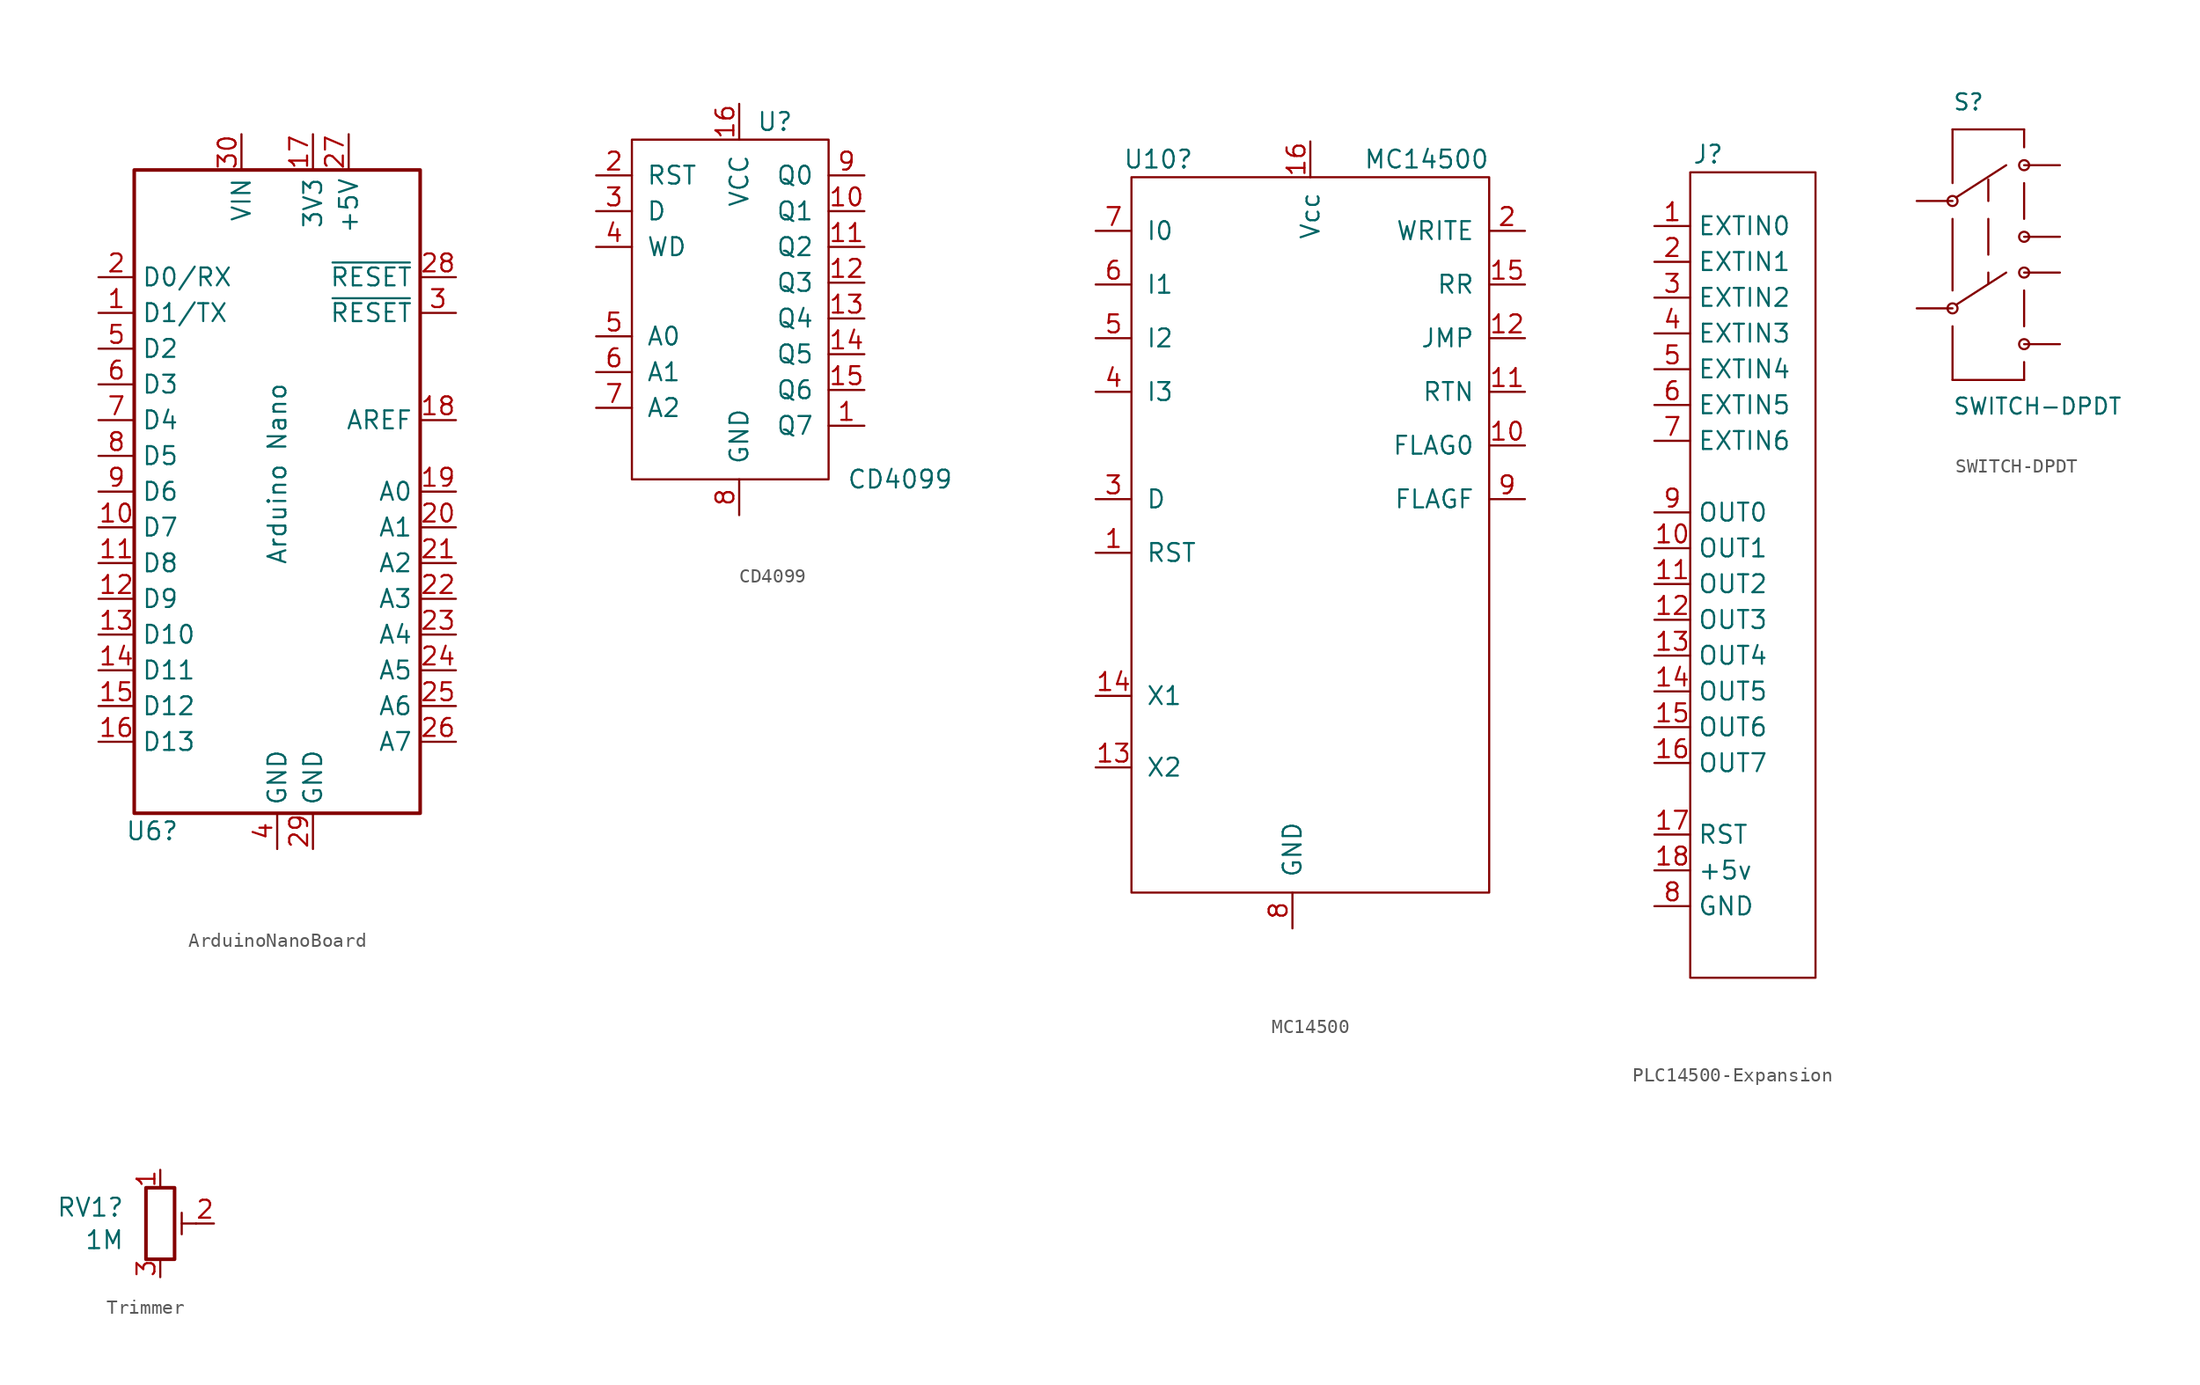
<source format=kicad_sym>
(kicad_symbol_lib
  (version 20220914)
  (generator kicad_symbol_editor)
  (symbol "ArduinoNanoBoard"
    (property "Reference" "U6"
      (at -8.89 -24.13 0)
      (effects (font (size 1.27 1.27))))
    (property "Value" "Arduino Nano"
      (at 0 1.27 90)
      (effects (font (size 1.27 1.27))))
    (symbol "ArduinoNanoBoard_1_1"
      (rectangle (start -10.16 22.86) (end 10.16 -22.86) (stroke (width 0.254) (type default)) (fill (type none)))
      (pin bidirectional line (at -12.7 12.7 0) (length 2.54) (name "D1/TX" (effects (font (size 1.27 1.27)))) (number "1" (effects (font (size 1.27 1.27)))))
      (pin bidirectional line (at -12.7 -2.54 0) (length 2.54) (name "D7" (effects (font (size 1.27 1.27)))) (number "10" (effects (font (size 1.27 1.27)))))
      (pin bidirectional line (at -12.7 -5.08 0) (length 2.54) (name "D8" (effects (font (size 1.27 1.27)))) (number "11" (effects (font (size 1.27 1.27)))))
      (pin bidirectional line (at -12.7 -7.62 0) (length 2.54) (name "D9" (effects (font (size 1.27 1.27)))) (number "12" (effects (font (size 1.27 1.27)))))
      (pin bidirectional line (at -12.7 -10.16 0) (length 2.54) (name "D10" (effects (font (size 1.27 1.27)))) (number "13" (effects (font (size 1.27 1.27)))))
      (pin bidirectional line (at -12.7 -12.7 0) (length 2.54) (name "D11" (effects (font (size 1.27 1.27)))) (number "14" (effects (font (size 1.27 1.27)))))
      (pin bidirectional line (at -12.7 -15.24 0) (length 2.54) (name "D12" (effects (font (size 1.27 1.27)))) (number "15" (effects (font (size 1.27 1.27)))))
      (pin bidirectional line (at -12.7 -17.78 0) (length 2.54) (name "D13" (effects (font (size 1.27 1.27)))) (number "16" (effects (font (size 1.27 1.27)))))
      (pin power_out line (at 2.54 25.4 270) (length 2.54) (name "3V3" (effects (font (size 1.27 1.27)))) (number "17" (effects (font (size 1.27 1.27)))))
      (pin input line (at 12.7 5.08 180) (length 2.54) (name "AREF" (effects (font (size 1.27 1.27)))) (number "18" (effects (font (size 1.27 1.27)))))
      (pin bidirectional line (at 12.7 0 180) (length 2.54) (name "A0" (effects (font (size 1.27 1.27)))) (number "19" (effects (font (size 1.27 1.27)))))
      (pin bidirectional line (at -12.7 15.24 0) (length 2.54) (name "D0/RX" (effects (font (size 1.27 1.27)))) (number "2" (effects (font (size 1.27 1.27)))))
      (pin bidirectional line (at 12.7 -2.54 180) (length 2.54) (name "A1" (effects (font (size 1.27 1.27)))) (number "20" (effects (font (size 1.27 1.27)))))
      (pin bidirectional line (at 12.7 -5.08 180) (length 2.54) (name "A2" (effects (font (size 1.27 1.27)))) (number "21" (effects (font (size 1.27 1.27)))))
      (pin bidirectional line (at 12.7 -7.62 180) (length 2.54) (name "A3" (effects (font (size 1.27 1.27)))) (number "22" (effects (font (size 1.27 1.27)))))
      (pin bidirectional line (at 12.7 -10.16 180) (length 2.54) (name "A4" (effects (font (size 1.27 1.27)))) (number "23" (effects (font (size 1.27 1.27)))))
      (pin bidirectional line (at 12.7 -12.7 180) (length 2.54) (name "A5" (effects (font (size 1.27 1.27)))) (number "24" (effects (font (size 1.27 1.27)))))
      (pin bidirectional line (at 12.7 -15.24 180) (length 2.54) (name "A6" (effects (font (size 1.27 1.27)))) (number "25" (effects (font (size 1.27 1.27)))))
      (pin bidirectional line (at 12.7 -17.78 180) (length 2.54) (name "A7" (effects (font (size 1.27 1.27)))) (number "26" (effects (font (size 1.27 1.27)))))
      (pin power_in line (at 5.08 25.4 270) (length 2.54) (name "+5V" (effects (font (size 1.27 1.27)))) (number "27" (effects (font (size 1.27 1.27)))))
      (pin input line (at 12.7 15.24 180) (length 2.54) (name "~{RESET}" (effects (font (size 1.27 1.27)))) (number "28" (effects (font (size 1.27 1.27)))))
      (pin power_in line (at 2.54 -25.4 90) (length 2.54) (name "GND" (effects (font (size 1.27 1.27)))) (number "29" (effects (font (size 1.27 1.27)))))
      (pin input line (at 12.7 12.7 180) (length 2.54) (name "~{RESET}" (effects (font (size 1.27 1.27)))) (number "3" (effects (font (size 1.27 1.27)))))
      (pin power_in line (at -2.54 25.4 270) (length 2.54) (name "VIN" (effects (font (size 1.27 1.27)))) (number "30" (effects (font (size 1.27 1.27)))))
      (pin power_in line (at 0 -25.4 90) (length 2.54) (name "GND" (effects (font (size 1.27 1.27)))) (number "4" (effects (font (size 1.27 1.27)))))
      (pin bidirectional line (at -12.7 10.16 0) (length 2.54) (name "D2" (effects (font (size 1.27 1.27)))) (number "5" (effects (font (size 1.27 1.27)))))
      (pin bidirectional line (at -12.7 7.62 0) (length 2.54) (name "D3" (effects (font (size 1.27 1.27)))) (number "6" (effects (font (size 1.27 1.27)))))
      (pin bidirectional line (at -12.7 5.08 0) (length 2.54) (name "D4" (effects (font (size 1.27 1.27)))) (number "7" (effects (font (size 1.27 1.27)))))
      (pin bidirectional line (at -12.7 2.54 0) (length 2.54) (name "D5" (effects (font (size 1.27 1.27)))) (number "8" (effects (font (size 1.27 1.27)))))
      (pin bidirectional line (at -12.7 0 0) (length 2.54) (name "D6" (effects (font (size 1.27 1.27)))) (number "9" (effects (font (size 1.27 1.27)))))))
  (symbol "CD4099"
    (pin_names
      (offset 1.016))
    (property "Reference" "U"
      (at 2.54 -1.27 0)
      (effects (font (size 1.27 1.27))))
    (property "Value" "CD4099"
      (at 11.43 -26.67 0)
      (effects (font (size 1.27 1.27))))
    (symbol "CD4099_1_1"
      (rectangle (start -7.62 -2.54) (end 6.35 -26.67) (stroke (width 0) (type solid)) (fill (type none)))
      (pin output line (at 8.89 -22.86 180) (length 2.54) (name "Q7" (effects (font (size 1.27 1.27)))) (number "1" (effects (font (size 1.27 1.27)))))
      (pin output line (at 8.89 -7.62 180) (length 2.54) (name "Q1" (effects (font (size 1.27 1.27)))) (number "10" (effects (font (size 1.27 1.27)))))
      (pin output line (at 8.89 -10.16 180) (length 2.54) (name "Q2" (effects (font (size 1.27 1.27)))) (number "11" (effects (font (size 1.27 1.27)))))
      (pin output line (at 8.89 -12.7 180) (length 2.54) (name "Q3" (effects (font (size 1.27 1.27)))) (number "12" (effects (font (size 1.27 1.27)))))
      (pin output line (at 8.89 -15.24 180) (length 2.54) (name "Q4" (effects (font (size 1.27 1.27)))) (number "13" (effects (font (size 1.27 1.27)))))
      (pin output line (at 8.89 -17.78 180) (length 2.54) (name "Q5" (effects (font (size 1.27 1.27)))) (number "14" (effects (font (size 1.27 1.27)))))
      (pin output line (at 8.89 -20.32 180) (length 2.54) (name "Q6" (effects (font (size 1.27 1.27)))) (number "15" (effects (font (size 1.27 1.27)))))
      (pin power_in line (at 0 0 270) (length 2.54) (name "VCC" (effects (font (size 1.27 1.27)))) (number "16" (effects (font (size 1.27 1.27)))))
      (pin input line (at -10.16 -5.08 0) (length 2.54) (name "RST" (effects (font (size 1.27 1.27)))) (number "2" (effects (font (size 1.27 1.27)))))
      (pin input line (at -10.16 -7.62 0) (length 2.54) (name "D" (effects (font (size 1.27 1.27)))) (number "3" (effects (font (size 1.27 1.27)))))
      (pin input line (at -10.16 -10.16 0) (length 2.54) (name "WD" (effects (font (size 1.27 1.27)))) (number "4" (effects (font (size 1.27 1.27)))))
      (pin input line (at -10.16 -16.51 0) (length 2.54) (name "A0" (effects (font (size 1.27 1.27)))) (number "5" (effects (font (size 1.27 1.27)))))
      (pin input line (at -10.16 -19.05 0) (length 2.54) (name "A1" (effects (font (size 1.27 1.27)))) (number "6" (effects (font (size 1.27 1.27)))))
      (pin input line (at -10.16 -21.59 0) (length 2.54) (name "A2" (effects (font (size 1.27 1.27)))) (number "7" (effects (font (size 1.27 1.27)))))
      (pin power_in line (at 0 -29.21 90) (length 2.54) (name "GND" (effects (font (size 1.27 1.27)))) (number "8" (effects (font (size 1.27 1.27)))))
      (pin output line (at 8.89 -5.08 180) (length 2.54) (name "Q0" (effects (font (size 1.27 1.27)))) (number "9" (effects (font (size 1.27 1.27)))))))
  (symbol "MC14500"
    (pin_names
      (offset 1.016))
    (property "Reference" "U10"
      (at -5.715 -2.54 0)
      (effects (font (size 1.27 1.27))))
    (property "Value" "MC14500"
      (at 13.335 -2.54 0)
      (effects (font (size 1.27 1.27))))
    (symbol "MC14500_1_0"
      (pin power_in line (at 3.81 -57.15 90) (length 2.54) (name "GND" (effects (font (size 1.27 1.27)))) (number "8" (effects (font (size 1.27 1.27))))))
    (symbol "MC14500_1_1"
      (rectangle (start -7.62 -3.81) (end 17.78 -54.61) (stroke (width 0) (type solid)) (fill (type none)))
      (pin input line (at -10.16 -30.48 0) (length 2.54) (name "RST" (effects (font (size 1.27 1.27)))) (number "1" (effects (font (size 1.27 1.27)))))
      (pin output line (at 20.32 -22.86 180) (length 2.54) (name "FLAG0" (effects (font (size 1.27 1.27)))) (number "10" (effects (font (size 1.27 1.27)))))
      (pin output line (at 20.32 -19.05 180) (length 2.54) (name "RTN" (effects (font (size 1.27 1.27)))) (number "11" (effects (font (size 1.27 1.27)))))
      (pin output line (at 20.32 -15.24 180) (length 2.54) (name "JMP" (effects (font (size 1.27 1.27)))) (number "12" (effects (font (size 1.27 1.27)))))
      (pin input line (at -10.16 -45.72 0) (length 2.54) (name "X2" (effects (font (size 1.27 1.27)))) (number "13" (effects (font (size 1.27 1.27)))))
      (pin output line (at -10.16 -40.64 0) (length 2.54) (name "X1" (effects (font (size 1.27 1.27)))) (number "14" (effects (font (size 1.27 1.27)))))
      (pin output line (at 20.32 -11.43 180) (length 2.54) (name "RR" (effects (font (size 1.27 1.27)))) (number "15" (effects (font (size 1.27 1.27)))))
      (pin power_in line (at 5.08 -1.27 270) (length 2.54) (name "Vcc" (effects (font (size 1.27 1.27)))) (number "16" (effects (font (size 1.27 1.27)))))
      (pin output line (at 20.32 -7.62 180) (length 2.54) (name "WRITE" (effects (font (size 1.27 1.27)))) (number "2" (effects (font (size 1.27 1.27)))))
      (pin input line (at -10.16 -26.67 0) (length 2.54) (name "D" (effects (font (size 1.27 1.27)))) (number "3" (effects (font (size 1.27 1.27)))))
      (pin input line (at -10.16 -19.05 0) (length 2.54) (name "I3" (effects (font (size 1.27 1.27)))) (number "4" (effects (font (size 1.27 1.27)))))
      (pin input line (at -10.16 -15.24 0) (length 2.54) (name "I2" (effects (font (size 1.27 1.27)))) (number "5" (effects (font (size 1.27 1.27)))))
      (pin input line (at -10.16 -11.43 0) (length 2.54) (name "I1" (effects (font (size 1.27 1.27)))) (number "6" (effects (font (size 1.27 1.27)))))
      (pin input line (at -10.16 -7.62 0) (length 2.54) (name "I0" (effects (font (size 1.27 1.27)))) (number "7" (effects (font (size 1.27 1.27)))))
      (pin output line (at 20.32 -26.67 180) (length 2.54) (name "FLAGF" (effects (font (size 1.27 1.27)))) (number "9" (effects (font (size 1.27 1.27)))))))
  (symbol "PLC14500-Expansion"
    (property "Reference" "J"
      (at 3.81 1.27 0)
      (effects (font (size 1.27 1.27))))
    (property "Value" ""
      (at 0 0 0)
      (effects (font (size 1.27 1.27))))
    (symbol "PLC14500-Expansion_0_1"
      (rectangle (start 2.54 0) (end 11.43 -57.15) (stroke (width 0) (type default)) (fill (type none))))
    (symbol "PLC14500-Expansion_1_1"
      (pin output line (at 0 -3.81 0) (length 2.54) (name "EXTIN0" (effects (font (size 1.27 1.27)))) (number "1" (effects (font (size 1.27 1.27)))))
      (pin input line (at 0 -26.67 0) (length 2.54) (name "OUT1" (effects (font (size 1.27 1.27)))) (number "10" (effects (font (size 1.27 1.27)))))
      (pin input line (at 0 -29.21 0) (length 2.54) (name "OUT2" (effects (font (size 1.27 1.27)))) (number "11" (effects (font (size 1.27 1.27)))))
      (pin input line (at 0 -31.75 0) (length 2.54) (name "OUT3" (effects (font (size 1.27 1.27)))) (number "12" (effects (font (size 1.27 1.27)))))
      (pin input line (at 0 -34.29 0) (length 2.54) (name "OUT4" (effects (font (size 1.27 1.27)))) (number "13" (effects (font (size 1.27 1.27)))))
      (pin input line (at 0 -36.83 0) (length 2.54) (name "OUT5" (effects (font (size 1.27 1.27)))) (number "14" (effects (font (size 1.27 1.27)))))
      (pin input line (at 0 -39.37 0) (length 2.54) (name "OUT6" (effects (font (size 1.27 1.27)))) (number "15" (effects (font (size 1.27 1.27)))))
      (pin input line (at 0 -41.91 0) (length 2.54) (name "OUT7" (effects (font (size 1.27 1.27)))) (number "16" (effects (font (size 1.27 1.27)))))
      (pin bidirectional line (at 0 -46.99 0) (length 2.54) (name "RST" (effects (font (size 1.27 1.27)))) (number "17" (effects (font (size 1.27 1.27)))))
      (pin power_in line (at 0 -49.53 0) (length 2.54) (name "+5v" (effects (font (size 1.27 1.27)))) (number "18" (effects (font (size 1.27 1.27)))))
      (pin output line (at 0 -6.35 0) (length 2.54) (name "EXTIN1" (effects (font (size 1.27 1.27)))) (number "2" (effects (font (size 1.27 1.27)))))
      (pin output line (at 0 -8.89 0) (length 2.54) (name "EXTIN2" (effects (font (size 1.27 1.27)))) (number "3" (effects (font (size 1.27 1.27)))))
      (pin output line (at 0 -11.43 0) (length 2.54) (name "EXTIN3" (effects (font (size 1.27 1.27)))) (number "4" (effects (font (size 1.27 1.27)))))
      (pin output line (at 0 -13.97 0) (length 2.54) (name "EXTIN4" (effects (font (size 1.27 1.27)))) (number "5" (effects (font (size 1.27 1.27)))))
      (pin output line (at 0 -16.51 0) (length 2.54) (name "EXTIN5" (effects (font (size 1.27 1.27)))) (number "6" (effects (font (size 1.27 1.27)))))
      (pin output line (at 0 -19.05 0) (length 2.54) (name "EXTIN6" (effects (font (size 1.27 1.27)))) (number "7" (effects (font (size 1.27 1.27)))))
      (pin power_in line (at 0 -52.07 0) (length 2.54) (name "GND" (effects (font (size 1.27 1.27)))) (number "8" (effects (font (size 1.27 1.27)))))
      (pin input line (at 0 -24.13 0) (length 2.54) (name "OUT0" (effects (font (size 1.27 1.27)))) (number "9" (effects (font (size 1.27 1.27)))))))
  (symbol "SWITCH-DPDT"
    (pin_numbers hide)
    (pin_names
      (offset 1.016) hide)
    (property "Reference" "S"
      (at -2.54 8.89 0)
      (effects (font (size 1.143 1.143)) (justify left bottom)))
    (property "Value" "SWITCH-DPDT"
      (at -2.54 -12.7 0)
      (effects (font (size 1.143 1.143)) (justify left bottom)))
    (property "ki_locked" ""
      (at 0 0 0)
      (effects (font (size 1.27 1.27))))
    (symbol "SWITCH-DPDT_1_0"
      (polyline (pts (xy -2.54 -10.16) (xy 2.54 -10.16)) (stroke (width 0) (type solid)) (fill (type none)))
      (polyline (pts (xy -2.54 -6.35) (xy -2.54 -10.16)) (stroke (width 0) (type solid)) (fill (type none)))
      (polyline (pts (xy -2.54 1.27) (xy -2.54 -3.81)) (stroke (width 0) (type solid)) (fill (type none)))
      (polyline (pts (xy -2.54 7.62) (xy -2.54 3.81)) (stroke (width 0) (type solid)) (fill (type none)))
      (polyline (pts (xy -2.286 -4.826) (xy 1.27 -2.54)) (stroke (width 0) (type solid)) (fill (type none)))
      (polyline (pts (xy 0 -2.54) (xy 0 -3.302)) (stroke (width 0) (type solid)) (fill (type none)))
      (polyline (pts (xy 0 1.27) (xy 0 -1.27)) (stroke (width 0) (type solid)) (fill (type none)))
      (polyline (pts (xy 0 4.064) (xy 0 2.54)) (stroke (width 0) (type solid)) (fill (type none)))
      (polyline (pts (xy 1.27 5.08) (xy -2.286 2.794)) (stroke (width 0) (type solid)) (fill (type none)))
      (polyline (pts (xy 2.54 -10.16) (xy 2.54 -8.89)) (stroke (width 0) (type solid)) (fill (type none)))
      (polyline (pts (xy 2.54 -6.35) (xy 2.54 -3.81)) (stroke (width 0) (type solid)) (fill (type none)))
      (polyline (pts (xy 2.54 3.81) (xy 2.54 1.27)) (stroke (width 0) (type solid)) (fill (type none)))
      (polyline (pts (xy 2.54 6.35) (xy 2.54 7.62)) (stroke (width 0) (type solid)) (fill (type none)))
      (polyline (pts (xy 2.54 7.62) (xy -2.54 7.62)) (stroke (width 0) (type solid)) (fill (type none))))
    (symbol "SWITCH-DPDT_1_1"
      (circle (center -2.54 -5.08) (radius 0.356) (stroke (width 0) (type solid)) (fill (type none)))
      (circle (center -2.54 2.54) (radius 0.356) (stroke (width 0) (type solid)) (fill (type none)))
      (circle (center 2.54 -7.62) (radius 0.356) (stroke (width 0) (type solid)) (fill (type none)))
      (circle (center 2.54 -2.54) (radius 0.356) (stroke (width 0) (type solid)) (fill (type none)))
      (circle (center 2.54 0) (radius 0.356) (stroke (width 0) (type solid)) (fill (type none)))
      (circle (center 2.54 5.08) (radius 0.356) (stroke (width 0) (type solid)) (fill (type none)))
      (pin passive line (at 5.08 0 180) (length 2.54) (name "1" (effects (font (size 1.016 1.016)))) (number "1" (effects (font (size 1.016 1.016)))))
      (pin passive line (at -5.08 2.54 0) (length 2.54) (name "2" (effects (font (size 1.016 1.016)))) (number "2" (effects (font (size 1.016 1.016)))))
      (pin passive line (at 5.08 5.08 180) (length 2.54) (name "3" (effects (font (size 1.016 1.016)))) (number "3" (effects (font (size 1.016 1.016)))))
      (pin passive line (at 5.08 -7.62 180) (length 2.54) (name "5" (effects (font (size 1.016 1.016)))) (number "5" (effects (font (size 1.016 1.016)))))
      (pin passive line (at -5.08 -5.08 0) (length 2.54) (name "6" (effects (font (size 1.016 1.016)))) (number "6" (effects (font (size 1.016 1.016)))))
      (pin passive line (at 5.08 -2.54 180) (length 2.54) (name "7" (effects (font (size 1.016 1.016)))) (number "7" (effects (font (size 1.016 1.016)))))))
  (symbol "Trimmer"
    (pin_names
      (offset 1.016) hide)
    (property "Reference" "RV1"
      (at -2.54 1.143 0)
      (effects (font (size 1.27 1.27)) (justify right)))
    (property "Value" "1M"
      (at -2.54 -1.168 0)
      (effects (font (size 1.27 1.27)) (justify right)))
    (symbol "Trimmer_0_1"
      (polyline (pts (xy 1.524 0.762) (xy 1.524 -0.762)) (stroke (width 0) (type solid)) (fill (type none)))
      (polyline (pts (xy 2.54 0) (xy 1.524 0)) (stroke (width 0) (type solid)) (fill (type none)))
      (rectangle (start 1.016 2.54) (end -1.016 -2.54) (stroke (width 0.254) (type solid)) (fill (type none))))
    (symbol "Trimmer_1_1"
      (pin passive line (at 0 3.81 270) (length 1.27) (name "1" (effects (font (size 1.27 1.27)))) (number "1" (effects (font (size 1.27 1.27)))))
      (pin passive line (at 3.81 0 180) (length 1.27) (name "2" (effects (font (size 1.27 1.27)))) (number "2" (effects (font (size 1.27 1.27)))))
      (pin passive line (at 0 -3.81 90) (length 1.27) (name "3" (effects (font (size 1.27 1.27)))) (number "3" (effects (font (size 1.27 1.27))))))))
</source>
